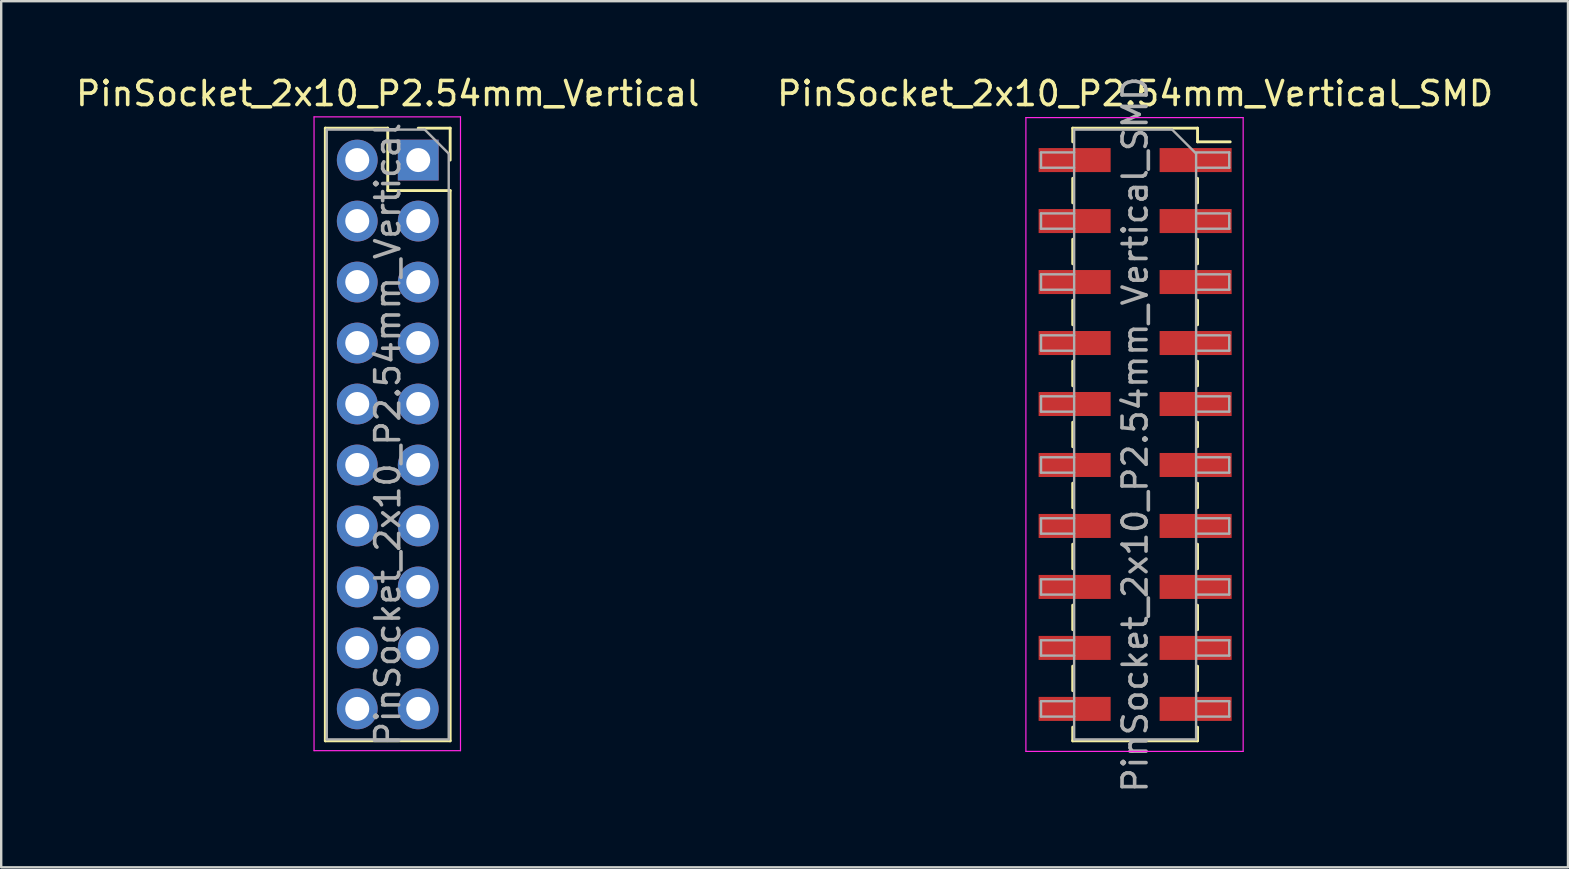
<source format=kicad_pcb>
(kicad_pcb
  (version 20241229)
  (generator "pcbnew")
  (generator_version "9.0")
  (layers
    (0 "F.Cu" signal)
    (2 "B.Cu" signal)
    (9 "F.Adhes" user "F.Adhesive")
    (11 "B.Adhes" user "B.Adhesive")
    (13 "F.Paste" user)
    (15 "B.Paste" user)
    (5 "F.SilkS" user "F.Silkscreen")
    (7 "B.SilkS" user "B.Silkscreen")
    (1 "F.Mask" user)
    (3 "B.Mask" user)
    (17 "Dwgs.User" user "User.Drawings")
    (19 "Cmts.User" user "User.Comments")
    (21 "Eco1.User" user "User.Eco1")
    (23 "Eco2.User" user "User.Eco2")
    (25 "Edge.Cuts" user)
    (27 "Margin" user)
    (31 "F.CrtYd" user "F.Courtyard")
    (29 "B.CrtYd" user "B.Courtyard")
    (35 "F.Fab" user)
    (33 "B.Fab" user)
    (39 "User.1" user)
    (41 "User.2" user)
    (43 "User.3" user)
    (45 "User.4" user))
  (footprint "PinSocket_2x10_P2.54mm_Vertical_SMD"
    (layer "F.Cu")
    (at 44.232 15.048)
    (property "Reference" "PinSocket_2x10_P2.54mm_Vertical_SMD" (at 0 -14.2 0) (layer "F.SilkS") (effects (font (size 1 1) (thickness 0.15))))
    (attr smd)
    (fp_line (start -2.6 -12.76) (end -2.6 -12.19) (stroke (width 0.12) (type solid)) (layer "F.SilkS"))
    (fp_line (start -2.6 -12.76) (end 2.6 -12.76) (stroke (width 0.12) (type solid)) (layer "F.SilkS"))
    (fp_line (start -2.6 -10.67) (end -2.6 -9.65) (stroke (width 0.12) (type solid)) (layer "F.SilkS"))
    (fp_line (start -2.6 -8.13) (end -2.6 -7.11) (stroke (width 0.12) (type solid)) (layer "F.SilkS"))
    (fp_line (start -2.6 -5.59) (end -2.6 -4.57) (stroke (width 0.12) (type solid)) (layer "F.SilkS"))
    (fp_line (start -2.6 -3.05) (end -2.6 -2.03) (stroke (width 0.12) (type solid)) (layer "F.SilkS"))
    (fp_line (start -2.6 -0.51) (end -2.6 0.51) (stroke (width 0.12) (type solid)) (layer "F.SilkS"))
    (fp_line (start -2.6 2.03) (end -2.6 3.05) (stroke (width 0.12) (type solid)) (layer "F.SilkS"))
    (fp_line (start -2.6 4.57) (end -2.6 5.59) (stroke (width 0.12) (type solid)) (layer "F.SilkS"))
    (fp_line (start -2.6 7.11) (end -2.6 8.13) (stroke (width 0.12) (type solid)) (layer "F.SilkS"))
    (fp_line (start -2.6 9.65) (end -2.6 10.67) (stroke (width 0.12) (type solid)) (layer "F.SilkS"))
    (fp_line (start -2.6 12.19) (end -2.6 12.76) (stroke (width 0.12) (type solid)) (layer "F.SilkS"))
    (fp_line (start -2.6 12.76) (end 2.6 12.76) (stroke (width 0.12) (type solid)) (layer "F.SilkS"))
    (fp_line (start 2.6 -12.76) (end 2.6 -12.19) (stroke (width 0.12) (type solid)) (layer "F.SilkS"))
    (fp_line (start 2.6 -12.19) (end 3.96 -12.19) (stroke (width 0.12) (type solid)) (layer "F.SilkS"))
    (fp_line (start 2.6 -10.67) (end 2.6 -9.65) (stroke (width 0.12) (type solid)) (layer "F.SilkS"))
    (fp_line (start 2.6 -8.13) (end 2.6 -7.11) (stroke (width 0.12) (type solid)) (layer "F.SilkS"))
    (fp_line (start 2.6 -5.59) (end 2.6 -4.57) (stroke (width 0.12) (type solid)) (layer "F.SilkS"))
    (fp_line (start 2.6 -3.05) (end 2.6 -2.03) (stroke (width 0.12) (type solid)) (layer "F.SilkS"))
    (fp_line (start 2.6 -0.51) (end 2.6 0.51) (stroke (width 0.12) (type solid)) (layer "F.SilkS"))
    (fp_line (start 2.6 2.03) (end 2.6 3.05) (stroke (width 0.12) (type solid)) (layer "F.SilkS"))
    (fp_line (start 2.6 4.57) (end 2.6 5.59) (stroke (width 0.12) (type solid)) (layer "F.SilkS"))
    (fp_line (start 2.6 7.11) (end 2.6 8.13) (stroke (width 0.12) (type solid)) (layer "F.SilkS"))
    (fp_line (start 2.6 9.65) (end 2.6 10.67) (stroke (width 0.12) (type solid)) (layer "F.SilkS"))
    (fp_line (start 2.6 12.19) (end 2.6 12.76) (stroke (width 0.12) (type solid)) (layer "F.SilkS"))
    (fp_line (start -4.55 -13.2) (end 4.5 -13.2) (stroke (width 0.05) (type solid)) (layer "F.CrtYd"))
    (fp_line (start -4.55 13.2) (end -4.55 -13.2) (stroke (width 0.05) (type solid)) (layer "F.CrtYd"))
    (fp_line (start 4.5 -13.2) (end 4.5 13.2) (stroke (width 0.05) (type solid)) (layer "F.CrtYd"))
    (fp_line (start 4.5 13.2) (end -4.55 13.2) (stroke (width 0.05) (type solid)) (layer "F.CrtYd"))
    (fp_line (start -3.92 -11.75) (end -2.54 -11.75) (stroke (width 0.1) (type solid)) (layer "F.Fab"))
    (fp_line (start -3.92 -11.11) (end -3.92 -11.75) (stroke (width 0.1) (type solid)) (layer "F.Fab"))
    (fp_line (start -3.92 -9.21) (end -2.54 -9.21) (stroke (width 0.1) (type solid)) (layer "F.Fab"))
    (fp_line (start -3.92 -8.57) (end -3.92 -9.21) (stroke (width 0.1) (type solid)) (layer "F.Fab"))
    (fp_line (start -3.92 -6.67) (end -2.54 -6.67) (stroke (width 0.1) (type solid)) (layer "F.Fab"))
    (fp_line (start -3.92 -6.03) (end -3.92 -6.67) (stroke (width 0.1) (type solid)) (layer "F.Fab"))
    (fp_line (start -3.92 -4.13) (end -2.54 -4.13) (stroke (width 0.1) (type solid)) (layer "F.Fab"))
    (fp_line (start -3.92 -3.49) (end -3.92 -4.13) (stroke (width 0.1) (type solid)) (layer "F.Fab"))
    (fp_line (start -3.92 -1.59) (end -2.54 -1.59) (stroke (width 0.1) (type solid)) (layer "F.Fab"))
    (fp_line (start -3.92 -0.95) (end -3.92 -1.59) (stroke (width 0.1) (type solid)) (layer "F.Fab"))
    (fp_line (start -3.92 0.95) (end -2.54 0.95) (stroke (width 0.1) (type solid)) (layer "F.Fab"))
    (fp_line (start -3.92 1.59) (end -3.92 0.95) (stroke (width 0.1) (type solid)) (layer "F.Fab"))
    (fp_line (start -3.92 3.49) (end -2.54 3.49) (stroke (width 0.1) (type solid)) (layer "F.Fab"))
    (fp_line (start -3.92 4.13) (end -3.92 3.49) (stroke (width 0.1) (type solid)) (layer "F.Fab"))
    (fp_line (start -3.92 6.03) (end -2.54 6.03) (stroke (width 0.1) (type solid)) (layer "F.Fab"))
    (fp_line (start -3.92 6.67) (end -3.92 6.03) (stroke (width 0.1) (type solid)) (layer "F.Fab"))
    (fp_line (start -3.92 8.57) (end -2.54 8.57) (stroke (width 0.1) (type solid)) (layer "F.Fab"))
    (fp_line (start -3.92 9.21) (end -3.92 8.57) (stroke (width 0.1) (type solid)) (layer "F.Fab"))
    (fp_line (start -3.92 11.11) (end -2.54 11.11) (stroke (width 0.1) (type solid)) (layer "F.Fab"))
    (fp_line (start -3.92 11.75) (end -3.92 11.11) (stroke (width 0.1) (type solid)) (layer "F.Fab"))
    (fp_line (start -2.54 -12.7) (end 1.54 -12.7) (stroke (width 0.1) (type solid)) (layer "F.Fab"))
    (fp_line (start -2.54 -11.11) (end -3.92 -11.11) (stroke (width 0.1) (type solid)) (layer "F.Fab"))
    (fp_line (start -2.54 -8.57) (end -3.92 -8.57) (stroke (width 0.1) (type solid)) (layer "F.Fab"))
    (fp_line (start -2.54 -6.03) (end -3.92 -6.03) (stroke (width 0.1) (type solid)) (layer "F.Fab"))
    (fp_line (start -2.54 -3.49) (end -3.92 -3.49) (stroke (width 0.1) (type solid)) (layer "F.Fab"))
    (fp_line (start -2.54 -0.95) (end -3.92 -0.95) (stroke (width 0.1) (type solid)) (layer "F.Fab"))
    (fp_line (start -2.54 1.59) (end -3.92 1.59) (stroke (width 0.1) (type solid)) (layer "F.Fab"))
    (fp_line (start -2.54 4.13) (end -3.92 4.13) (stroke (width 0.1) (type solid)) (layer "F.Fab"))
    (fp_line (start -2.54 6.67) (end -3.92 6.67) (stroke (width 0.1) (type solid)) (layer "F.Fab"))
    (fp_line (start -2.54 9.21) (end -3.92 9.21) (stroke (width 0.1) (type solid)) (layer "F.Fab"))
    (fp_line (start -2.54 11.75) (end -3.92 11.75) (stroke (width 0.1) (type solid)) (layer "F.Fab"))
    (fp_line (start -2.54 12.7) (end -2.54 -12.7) (stroke (width 0.1) (type solid)) (layer "F.Fab"))
    (fp_line (start 1.54 -12.7) (end 2.54 -11.7) (stroke (width 0.1) (type solid)) (layer "F.Fab"))
    (fp_line (start 2.54 -11.75) (end 3.92 -11.75) (stroke (width 0.1) (type solid)) (layer "F.Fab"))
    (fp_line (start 2.54 -11.7) (end 2.54 12.7) (stroke (width 0.1) (type solid)) (layer "F.Fab"))
    (fp_line (start 2.54 -9.21) (end 3.92 -9.21) (stroke (width 0.1) (type solid)) (layer "F.Fab"))
    (fp_line (start 2.54 -6.67) (end 3.92 -6.67) (stroke (width 0.1) (type solid)) (layer "F.Fab"))
    (fp_line (start 2.54 -4.13) (end 3.92 -4.13) (stroke (width 0.1) (type solid)) (layer "F.Fab"))
    (fp_line (start 2.54 -1.59) (end 3.92 -1.59) (stroke (width 0.1) (type solid)) (layer "F.Fab"))
    (fp_line (start 2.54 0.95) (end 3.92 0.95) (stroke (width 0.1) (type solid)) (layer "F.Fab"))
    (fp_line (start 2.54 3.49) (end 3.92 3.49) (stroke (width 0.1) (type solid)) (layer "F.Fab"))
    (fp_line (start 2.54 6.03) (end 3.92 6.03) (stroke (width 0.1) (type solid)) (layer "F.Fab"))
    (fp_line (start 2.54 8.57) (end 3.92 8.57) (stroke (width 0.1) (type solid)) (layer "F.Fab"))
    (fp_line (start 2.54 11.11) (end 3.92 11.11) (stroke (width 0.1) (type solid)) (layer "F.Fab"))
    (fp_line (start 2.54 12.7) (end -2.54 12.7) (stroke (width 0.1) (type solid)) (layer "F.Fab"))
    (fp_line (start 3.92 -11.75) (end 3.92 -11.11) (stroke (width 0.1) (type solid)) (layer "F.Fab"))
    (fp_line (start 3.92 -11.11) (end 2.54 -11.11) (stroke (width 0.1) (type solid)) (layer "F.Fab"))
    (fp_line (start 3.92 -9.21) (end 3.92 -8.57) (stroke (width 0.1) (type solid)) (layer "F.Fab"))
    (fp_line (start 3.92 -8.57) (end 2.54 -8.57) (stroke (width 0.1) (type solid)) (layer "F.Fab"))
    (fp_line (start 3.92 -6.67) (end 3.92 -6.03) (stroke (width 0.1) (type solid)) (layer "F.Fab"))
    (fp_line (start 3.92 -6.03) (end 2.54 -6.03) (stroke (width 0.1) (type solid)) (layer "F.Fab"))
    (fp_line (start 3.92 -4.13) (end 3.92 -3.49) (stroke (width 0.1) (type solid)) (layer "F.Fab"))
    (fp_line (start 3.92 -3.49) (end 2.54 -3.49) (stroke (width 0.1) (type solid)) (layer "F.Fab"))
    (fp_line (start 3.92 -1.59) (end 3.92 -0.95) (stroke (width 0.1) (type solid)) (layer "F.Fab"))
    (fp_line (start 3.92 -0.95) (end 2.54 -0.95) (stroke (width 0.1) (type solid)) (layer "F.Fab"))
    (fp_line (start 3.92 0.95) (end 3.92 1.59) (stroke (width 0.1) (type solid)) (layer "F.Fab"))
    (fp_line (start 3.92 1.59) (end 2.54 1.59) (stroke (width 0.1) (type solid)) (layer "F.Fab"))
    (fp_line (start 3.92 3.49) (end 3.92 4.13) (stroke (width 0.1) (type solid)) (layer "F.Fab"))
    (fp_line (start 3.92 4.13) (end 2.54 4.13) (stroke (width 0.1) (type solid)) (layer "F.Fab"))
    (fp_line (start 3.92 6.03) (end 3.92 6.67) (stroke (width 0.1) (type solid)) (layer "F.Fab"))
    (fp_line (start 3.92 6.67) (end 2.54 6.67) (stroke (width 0.1) (type solid)) (layer "F.Fab"))
    (fp_line (start 3.92 8.57) (end 3.92 9.21) (stroke (width 0.1) (type solid)) (layer "F.Fab"))
    (fp_line (start 3.92 9.21) (end 2.54 9.21) (stroke (width 0.1) (type solid)) (layer "F.Fab"))
    (fp_line (start 3.92 11.11) (end 3.92 11.75) (stroke (width 0.1) (type solid)) (layer "F.Fab"))
    (fp_line (start 3.92 11.75) (end 2.54 11.75) (stroke (width 0.1) (type solid)) (layer "F.Fab"))
    (fp_text user "${REFERENCE}" (at 0 0 90) (layer "F.Fab") (effects (font (size 1 1) (thickness 0.15))))
    (pad "1" smd rect (at 2.52 -11.43) (size 3 1) (layers "F.Cu" "F.Mask" "F.Paste"))
    (pad "2" smd rect (at -2.52 -11.43) (size 3 1) (layers "F.Cu" "F.Mask" "F.Paste"))
    (pad "3" smd rect (at 2.52 -8.89) (size 3 1) (layers "F.Cu" "F.Mask" "F.Paste"))
    (pad "4" smd rect (at -2.52 -8.89) (size 3 1) (layers "F.Cu" "F.Mask" "F.Paste"))
    (pad "5" smd rect (at 2.52 -6.35) (size 3 1) (layers "F.Cu" "F.Mask" "F.Paste"))
    (pad "6" smd rect (at -2.52 -6.35) (size 3 1) (layers "F.Cu" "F.Mask" "F.Paste"))
    (pad "7" smd rect (at 2.52 -3.81) (size 3 1) (layers "F.Cu" "F.Mask" "F.Paste"))
    (pad "8" smd rect (at -2.52 -3.81) (size 3 1) (layers "F.Cu" "F.Mask" "F.Paste"))
    (pad "9" smd rect (at 2.52 -1.27) (size 3 1) (layers "F.Cu" "F.Mask" "F.Paste"))
    (pad "10" smd rect (at -2.52 -1.27) (size 3 1) (layers "F.Cu" "F.Mask" "F.Paste"))
    (pad "11" smd rect (at 2.52 1.27) (size 3 1) (layers "F.Cu" "F.Mask" "F.Paste"))
    (pad "12" smd rect (at -2.52 1.27) (size 3 1) (layers "F.Cu" "F.Mask" "F.Paste"))
    (pad "13" smd rect (at 2.52 3.81) (size 3 1) (layers "F.Cu" "F.Mask" "F.Paste"))
    (pad "14" smd rect (at -2.52 3.81) (size 3 1) (layers "F.Cu" "F.Mask" "F.Paste"))
    (pad "15" smd rect (at 2.52 6.35) (size 3 1) (layers "F.Cu" "F.Mask" "F.Paste"))
    (pad "16" smd rect (at -2.52 6.35) (size 3 1) (layers "F.Cu" "F.Mask" "F.Paste"))
    (pad "17" smd rect (at 2.52 8.89) (size 3 1) (layers "F.Cu" "F.Mask" "F.Paste"))
    (pad "18" smd rect (at -2.52 8.89) (size 3 1) (layers "F.Cu" "F.Mask" "F.Paste"))
    (pad "19" smd rect (at 2.52 11.43) (size 3 1) (layers "F.Cu" "F.Mask" "F.Paste"))
    (pad "20" smd rect (at -2.52 11.43) (size 3 1) (layers "F.Cu" "F.Mask" "F.Paste")))
  (footprint "PinSocket_2x10_P2.54mm_Vertical"
    (layer "F.Cu")
    (at 14.371 3.618)
    (property "Reference" "PinSocket_2x10_P2.54mm_Vertical" (at -1.27 -2.77 0) (layer "F.SilkS") (effects (font (size 1 1) (thickness 0.15))))
    (attr through_hole)
    (fp_line (start -3.87 -1.33) (end -3.87 24.19) (stroke (width 0.12) (type solid)) (layer "F.SilkS"))
    (fp_line (start -3.87 -1.33) (end -1.27 -1.33) (stroke (width 0.12) (type solid)) (layer "F.SilkS"))
    (fp_line (start -3.87 24.19) (end 1.33 24.19) (stroke (width 0.12) (type solid)) (layer "F.SilkS"))
    (fp_line (start -1.27 -1.33) (end -1.27 1.27) (stroke (width 0.12) (type solid)) (layer "F.SilkS"))
    (fp_line (start -1.27 1.27) (end 1.33 1.27) (stroke (width 0.12) (type solid)) (layer "F.SilkS"))
    (fp_line (start 0 -1.33) (end 1.33 -1.33) (stroke (width 0.12) (type solid)) (layer "F.SilkS"))
    (fp_line (start 1.33 -1.33) (end 1.33 0) (stroke (width 0.12) (type solid)) (layer "F.SilkS"))
    (fp_line (start 1.33 1.27) (end 1.33 24.19) (stroke (width 0.12) (type solid)) (layer "F.SilkS"))
    (fp_line (start -4.34 -1.8) (end 1.76 -1.8) (stroke (width 0.05) (type solid)) (layer "F.CrtYd"))
    (fp_line (start -4.34 24.6) (end -4.34 -1.8) (stroke (width 0.05) (type solid)) (layer "F.CrtYd"))
    (fp_line (start 1.76 -1.8) (end 1.76 24.6) (stroke (width 0.05) (type solid)) (layer "F.CrtYd"))
    (fp_line (start 1.76 24.6) (end -4.34 24.6) (stroke (width 0.05) (type solid)) (layer "F.CrtYd"))
    (fp_line (start -3.81 -1.27) (end 0.27 -1.27) (stroke (width 0.1) (type solid)) (layer "F.Fab"))
    (fp_line (start -3.81 24.13) (end -3.81 -1.27) (stroke (width 0.1) (type solid)) (layer "F.Fab"))
    (fp_line (start 0.27 -1.27) (end 1.27 -0.27) (stroke (width 0.1) (type solid)) (layer "F.Fab"))
    (fp_line (start 1.27 -0.27) (end 1.27 24.13) (stroke (width 0.1) (type solid)) (layer "F.Fab"))
    (fp_line (start 1.27 24.13) (end -3.81 24.13) (stroke (width 0.1) (type solid)) (layer "F.Fab"))
    (fp_text user "${REFERENCE}" (at -1.27 11.43 90) (layer "F.Fab") (effects (font (size 1 1) (thickness 0.15))))
    (pad "1" thru_hole rect (at 0 0) (size 1.7 1.7) (drill 1) (layers "*.Cu" "*.Mask"))
    (pad "2" thru_hole oval (at -2.54 0) (size 1.7 1.7) (drill 1) (layers "*.Cu" "*.Mask"))
    (pad "3" thru_hole oval (at 0 2.54) (size 1.7 1.7) (drill 1) (layers "*.Cu" "*.Mask"))
    (pad "4" thru_hole oval (at -2.54 2.54) (size 1.7 1.7) (drill 1) (layers "*.Cu" "*.Mask"))
    (pad "5" thru_hole oval (at 0 5.08) (size 1.7 1.7) (drill 1) (layers "*.Cu" "*.Mask"))
    (pad "6" thru_hole oval (at -2.54 5.08) (size 1.7 1.7) (drill 1) (layers "*.Cu" "*.Mask"))
    (pad "7" thru_hole oval (at 0 7.62) (size 1.7 1.7) (drill 1) (layers "*.Cu" "*.Mask"))
    (pad "8" thru_hole oval (at -2.54 7.62) (size 1.7 1.7) (drill 1) (layers "*.Cu" "*.Mask"))
    (pad "9" thru_hole oval (at 0 10.16) (size 1.7 1.7) (drill 1) (layers "*.Cu" "*.Mask"))
    (pad "10" thru_hole oval (at -2.54 10.16) (size 1.7 1.7) (drill 1) (layers "*.Cu" "*.Mask"))
    (pad "11" thru_hole oval (at 0 12.7) (size 1.7 1.7) (drill 1) (layers "*.Cu" "*.Mask"))
    (pad "12" thru_hole oval (at -2.54 12.7) (size 1.7 1.7) (drill 1) (layers "*.Cu" "*.Mask"))
    (pad "13" thru_hole oval (at 0 15.24) (size 1.7 1.7) (drill 1) (layers "*.Cu" "*.Mask"))
    (pad "14" thru_hole oval (at -2.54 15.24) (size 1.7 1.7) (drill 1) (layers "*.Cu" "*.Mask"))
    (pad "15" thru_hole oval (at 0 17.78) (size 1.7 1.7) (drill 1) (layers "*.Cu" "*.Mask"))
    (pad "16" thru_hole oval (at -2.54 17.78) (size 1.7 1.7) (drill 1) (layers "*.Cu" "*.Mask"))
    (pad "17" thru_hole oval (at 0 20.32) (size 1.7 1.7) (drill 1) (layers "*.Cu" "*.Mask"))
    (pad "18" thru_hole oval (at -2.54 20.32) (size 1.7 1.7) (drill 1) (layers "*.Cu" "*.Mask"))
    (pad "19" thru_hole oval (at 0 22.86) (size 1.7 1.7) (drill 1) (layers "*.Cu" "*.Mask"))
    (pad "20" thru_hole oval (at -2.54 22.86) (size 1.7 1.7) (drill 1) (layers "*.Cu" "*.Mask")))
  (gr_rect
    (start -3 -3)
    (end 62.262 33.078)
    (stroke (width 0.1) (type default))
    (fill no)
    (layer "Edge.Cuts")))
</source>
